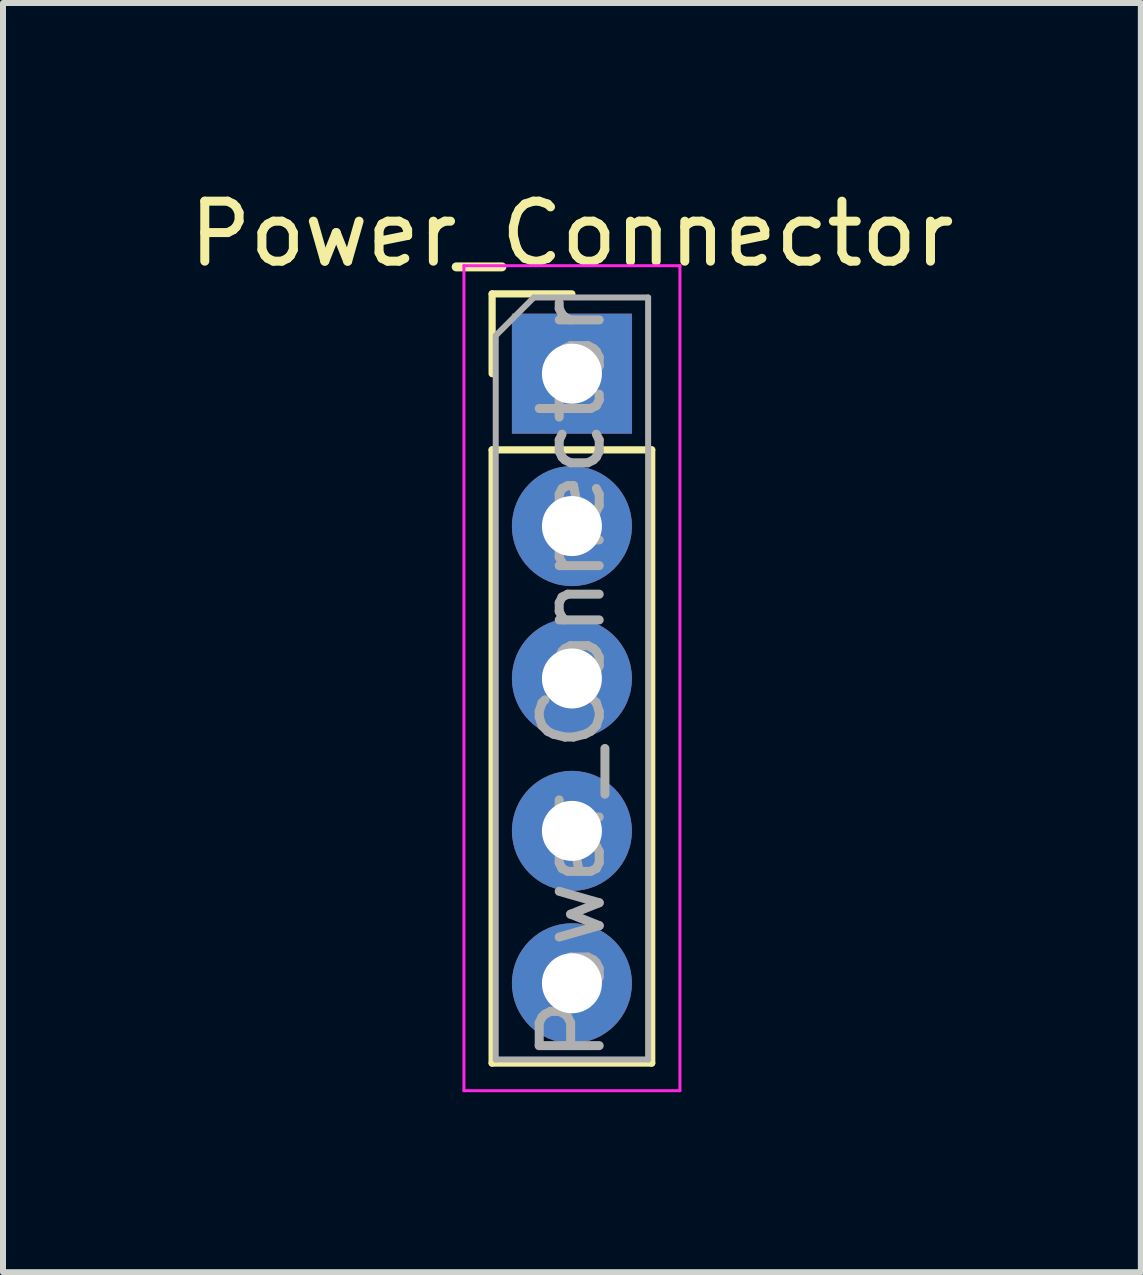
<source format=kicad_pcb>
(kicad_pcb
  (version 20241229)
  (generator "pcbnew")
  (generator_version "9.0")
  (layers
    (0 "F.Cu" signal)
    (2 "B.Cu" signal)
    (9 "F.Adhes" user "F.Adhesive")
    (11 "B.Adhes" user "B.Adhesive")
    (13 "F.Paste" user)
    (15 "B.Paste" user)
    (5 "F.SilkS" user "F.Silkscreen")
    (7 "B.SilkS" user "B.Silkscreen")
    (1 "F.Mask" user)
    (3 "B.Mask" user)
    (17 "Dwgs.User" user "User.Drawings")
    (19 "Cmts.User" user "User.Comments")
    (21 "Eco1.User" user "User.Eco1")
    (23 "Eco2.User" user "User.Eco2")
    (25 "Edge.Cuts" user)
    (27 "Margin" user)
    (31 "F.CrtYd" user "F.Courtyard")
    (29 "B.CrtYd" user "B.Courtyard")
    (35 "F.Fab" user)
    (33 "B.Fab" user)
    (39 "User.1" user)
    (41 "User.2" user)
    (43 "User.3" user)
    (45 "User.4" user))
  (footprint "Power_Connector"
    (layer "F.Cu")
    (at 6.482 3.178)
    (property "Reference" "Power_Connector" (at 0 -2.33 0) (layer "F.SilkS") (effects (font (size 1 1) (thickness 0.15))))
    (attr through_hole)
    (fp_line (start -1.33 -1.33) (end 0 -1.33) (stroke (width 0.12) (type solid)) (layer "F.SilkS"))
    (fp_line (start -1.33 0) (end -1.33 -1.33) (stroke (width 0.12) (type solid)) (layer "F.SilkS"))
    (fp_line (start -1.33 1.27) (end -1.33 11.49) (stroke (width 0.12) (type solid)) (layer "F.SilkS"))
    (fp_line (start -1.33 1.27) (end 1.33 1.27) (stroke (width 0.12) (type solid)) (layer "F.SilkS"))
    (fp_line (start -1.33 11.49) (end 1.33 11.49) (stroke (width 0.12) (type solid)) (layer "F.SilkS"))
    (fp_line (start 1.33 1.27) (end 1.33 11.49) (stroke (width 0.12) (type solid)) (layer "F.SilkS"))
    (fp_line (start -1.8 -1.8) (end -1.8 11.95) (stroke (width 0.05) (type solid)) (layer "F.CrtYd"))
    (fp_line (start -1.8 11.95) (end 1.8 11.95) (stroke (width 0.05) (type solid)) (layer "F.CrtYd"))
    (fp_line (start 1.8 -1.8) (end -1.8 -1.8) (stroke (width 0.05) (type solid)) (layer "F.CrtYd"))
    (fp_line (start 1.8 11.95) (end 1.8 -1.8) (stroke (width 0.05) (type solid)) (layer "F.CrtYd"))
    (fp_line (start -1.27 -0.635) (end -0.635 -1.27) (stroke (width 0.1) (type solid)) (layer "F.Fab"))
    (fp_line (start -1.27 11.43) (end -1.27 -0.635) (stroke (width 0.1) (type solid)) (layer "F.Fab"))
    (fp_line (start -0.635 -1.27) (end 1.27 -1.27) (stroke (width 0.1) (type solid)) (layer "F.Fab"))
    (fp_line (start 1.27 -1.27) (end 1.27 11.43) (stroke (width 0.1) (type solid)) (layer "F.Fab"))
    (fp_line (start 1.27 11.43) (end -1.27 11.43) (stroke (width 0.1) (type solid)) (layer "F.Fab"))
    (fp_text user "${REFERENCE}" (at 0 5.08 90) (layer "F.Fab") (effects (font (size 1 1) (thickness 0.15))))
    (pad "1" thru_hole rect (at 0 0) (size 2 2) (drill 1) (layers "*.Cu" "*.Mask"))
    (pad "2" thru_hole oval (at 0 2.54) (size 2 2) (drill 1) (layers "*.Cu" "*.Mask"))
    (pad "3" thru_hole oval (at 0 5.08) (size 2 2) (drill 1) (layers "*.Cu" "*.Mask"))
    (pad "4" thru_hole oval (at 0 7.62) (size 2 2) (drill 1) (layers "*.Cu" "*.Mask"))
    (pad "5" thru_hole oval (at 0 10.16) (size 2 2) (drill 1) (layers "*.Cu" "*.Mask")))
  (gr_rect
    (start -3 -3)
    (end 15.964 18.153)
    (stroke (width 0.1) (type default))
    (fill no)
    (layer "Edge.Cuts")))
</source>
